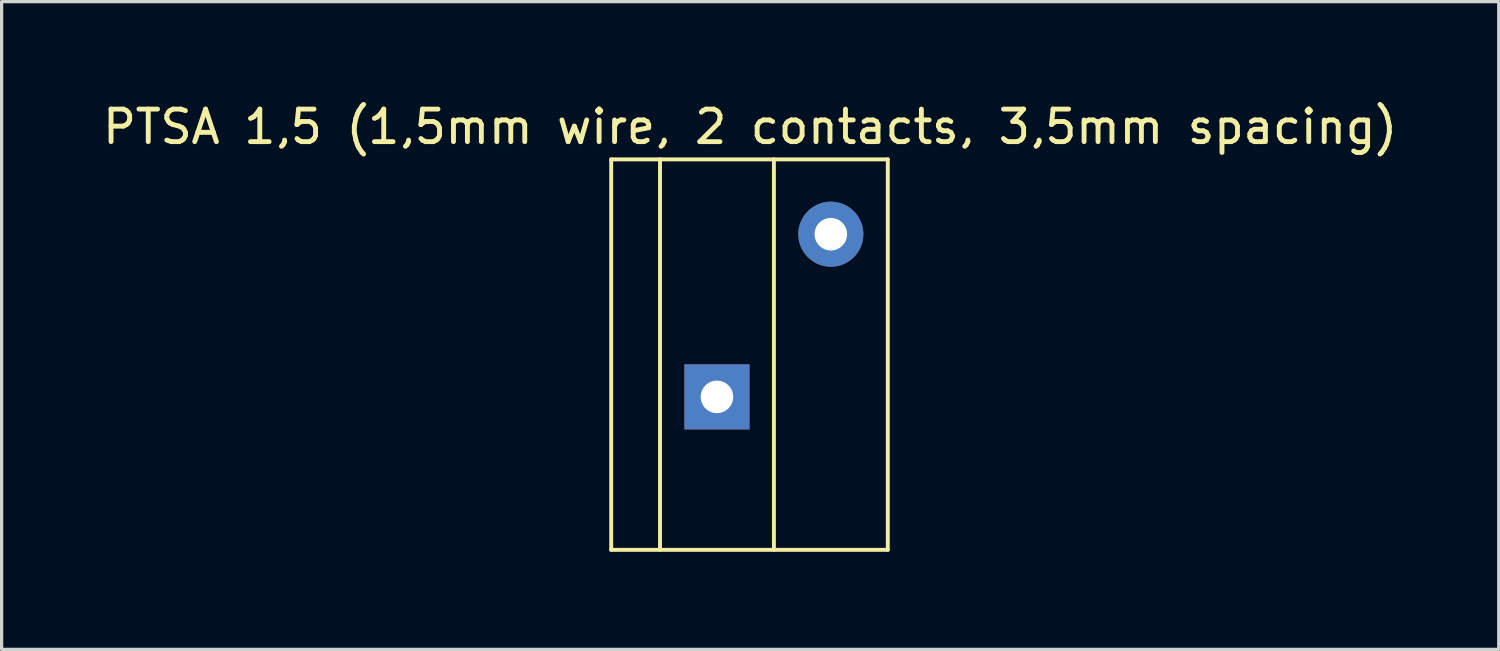
<source format=kicad_pcb>
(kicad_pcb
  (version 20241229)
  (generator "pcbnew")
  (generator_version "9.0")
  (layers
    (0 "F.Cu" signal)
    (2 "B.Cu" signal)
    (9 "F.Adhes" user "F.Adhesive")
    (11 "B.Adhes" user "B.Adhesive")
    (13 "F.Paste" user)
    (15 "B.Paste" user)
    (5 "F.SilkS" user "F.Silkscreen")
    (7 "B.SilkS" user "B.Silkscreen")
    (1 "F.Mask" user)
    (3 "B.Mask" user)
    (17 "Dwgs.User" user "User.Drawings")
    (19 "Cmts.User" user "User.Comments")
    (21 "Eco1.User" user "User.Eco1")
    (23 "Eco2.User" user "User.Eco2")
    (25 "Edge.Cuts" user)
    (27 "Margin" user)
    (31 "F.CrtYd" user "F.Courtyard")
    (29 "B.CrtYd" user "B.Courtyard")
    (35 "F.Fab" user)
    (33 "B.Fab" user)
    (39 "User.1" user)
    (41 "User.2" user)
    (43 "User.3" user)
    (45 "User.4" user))
  (footprint "PTSA 1,5 (1,5mm wire, 2 contacts, 3,5mm spacing)"
    (layer "F.Cu")
    (at 18.99 9.146)
    (property "Reference" "PTSA 1,5 (1,5mm wire, 2 contacts, 3,5mm spacing)" (at 1.016 -8.298 0) (layer "F.SilkS") (effects (font (size 1 1) (thickness 0.15))))
    (attr through_hole)
    (fp_line (start -3.255 -7.298) (end 5.245 -7.298) (stroke (width 0.12) (type solid)) (layer "F.SilkS"))
    (fp_line (start -3.255 4.702) (end -3.255 -7.298) (stroke (width 0.12) (type solid)) (layer "F.SilkS"))
    (fp_line (start -1.755 4.702) (end -1.755 -7.298) (stroke (width 0.12) (type solid)) (layer "F.SilkS"))
    (fp_line (start 1.745 4.702) (end 1.745 -7.298) (stroke (width 0.12) (type solid)) (layer "F.SilkS"))
    (fp_line (start 5.245 -7.298) (end 5.245 4.702) (stroke (width 0.12) (type solid)) (layer "F.SilkS"))
    (fp_line (start 5.245 4.702) (end -3.255 4.702) (stroke (width 0.12) (type solid)) (layer "F.SilkS"))
    (pad "1" thru_hole rect (at -0.005 0.002) (size 2 2) (drill 1) (layers "*.Cu" "*.Mask"))
    (pad "2" thru_hole circle (at 3.495 -4.998) (size 2 2) (drill 1) (layers "*.Cu" "*.Mask")))
  (gr_rect
    (start -3 -3)
    (end 43.012 16.908)
    (stroke (width 0.1) (type default))
    (fill no)
    (layer "Edge.Cuts")))
</source>
